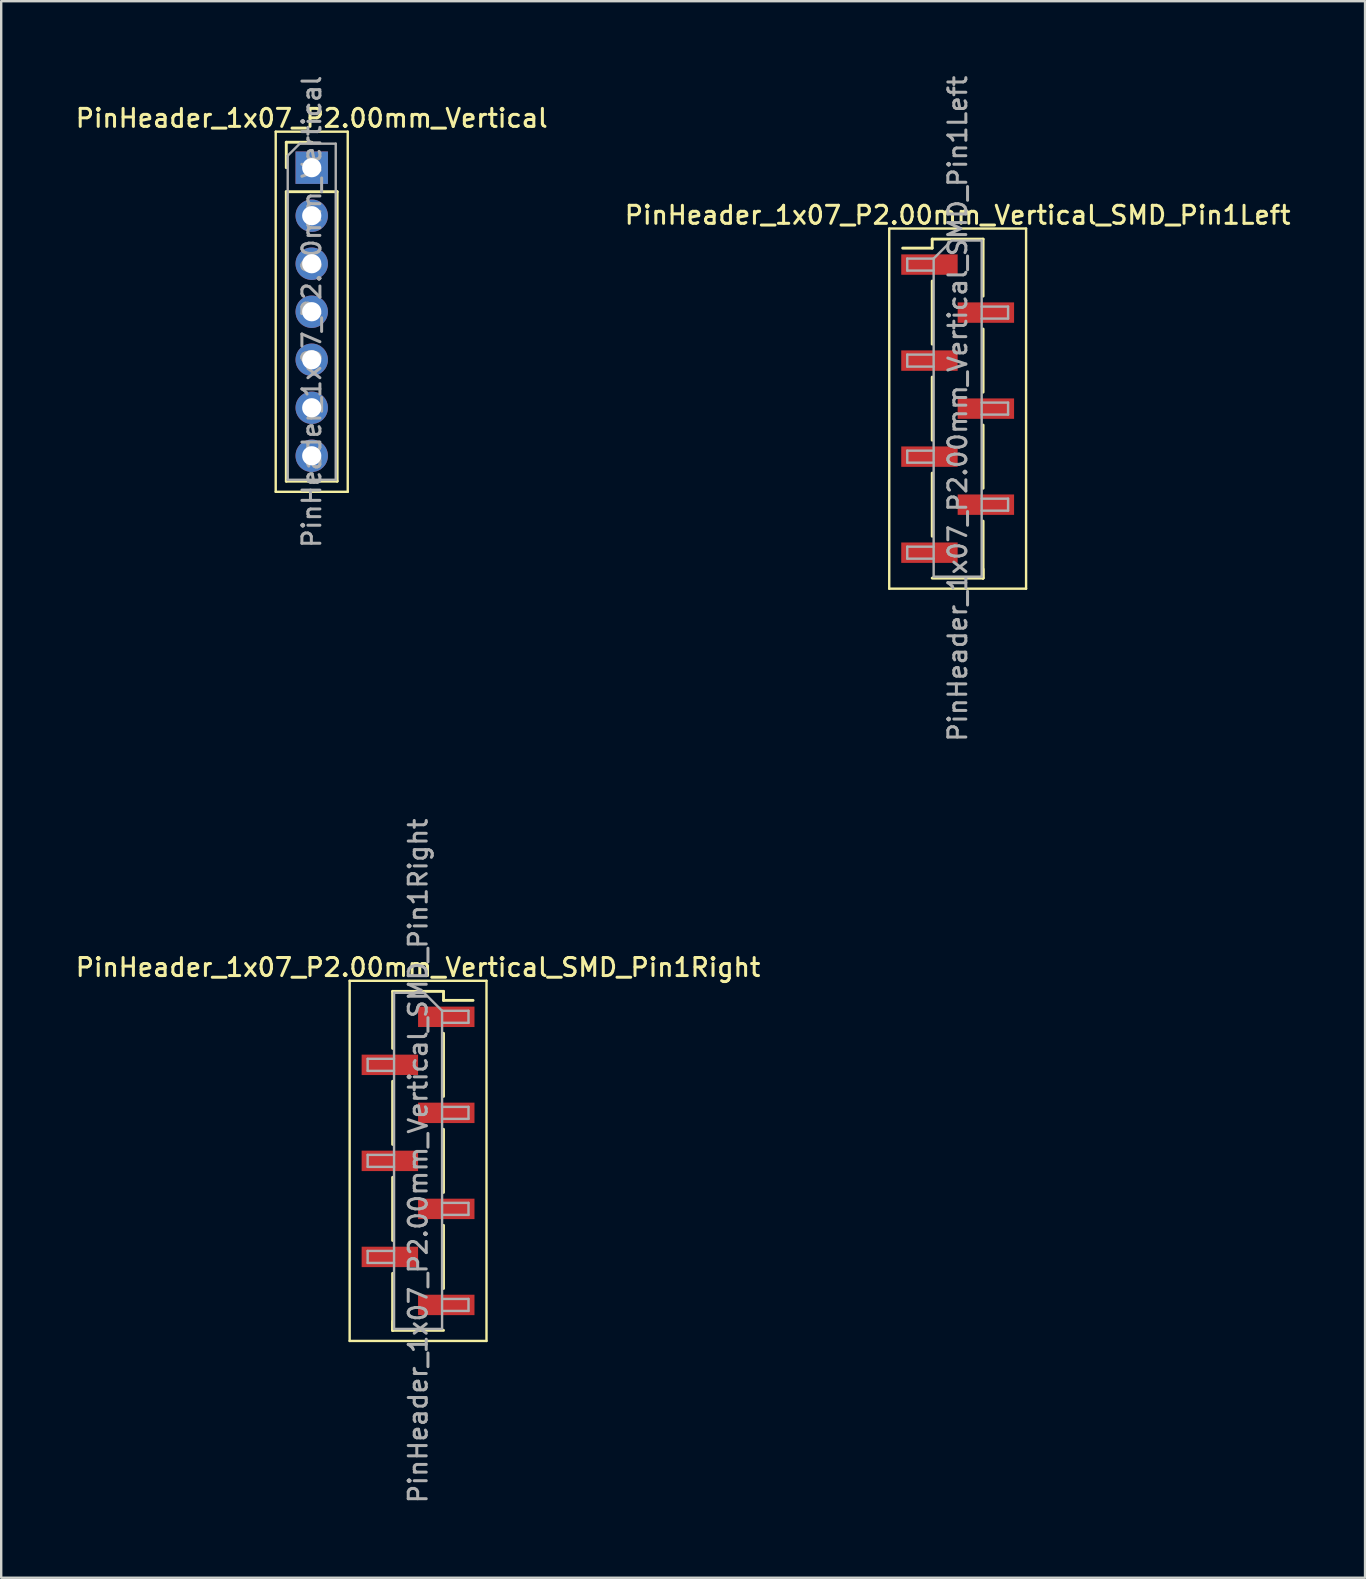
<source format=kicad_pcb>
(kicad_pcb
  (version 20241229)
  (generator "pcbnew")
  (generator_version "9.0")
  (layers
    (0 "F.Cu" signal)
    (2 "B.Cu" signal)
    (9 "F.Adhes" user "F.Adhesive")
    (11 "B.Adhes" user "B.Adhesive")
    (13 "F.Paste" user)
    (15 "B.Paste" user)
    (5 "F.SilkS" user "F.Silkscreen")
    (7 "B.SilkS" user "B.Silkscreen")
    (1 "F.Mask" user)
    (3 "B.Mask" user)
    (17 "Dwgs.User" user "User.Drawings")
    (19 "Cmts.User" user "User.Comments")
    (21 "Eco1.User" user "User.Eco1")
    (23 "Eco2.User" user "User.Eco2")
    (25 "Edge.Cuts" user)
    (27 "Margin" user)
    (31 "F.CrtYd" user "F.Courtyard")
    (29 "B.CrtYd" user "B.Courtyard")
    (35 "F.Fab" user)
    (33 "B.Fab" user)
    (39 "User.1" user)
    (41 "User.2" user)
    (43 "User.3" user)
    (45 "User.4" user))
  (footprint "PinHeader_1x07_P2.00mm_Vertical_SMD_Pin1Right"
    (layer "F.Cu")
    (at 14.363 45.302)
    (property "Reference" "PinHeader_1x07_P2.00mm_Vertical_SMD_Pin1Right" (at 0 -8.06 0) (layer "F.SilkS") (effects (font (size 0.75 0.75) (thickness 0.125))))
    (attr smd)
    (fp_line (start -2.85 -7.5) (end -2.85 7.5) (stroke (width 0.1) (type solid)) (layer "F.SilkS"))
    (fp_line (start -2.85 7.5) (end 2.85 7.5) (stroke (width 0.1) (type solid)) (layer "F.SilkS"))
    (fp_line (start -1.06 -7.06) (end -1.06 -4.685) (stroke (width 0.12) (type solid)) (layer "F.SilkS"))
    (fp_line (start -1.06 -7.06) (end 1.06 -7.06) (stroke (width 0.12) (type solid)) (layer "F.SilkS"))
    (fp_line (start -1.06 -3.315) (end -1.06 -0.685) (stroke (width 0.12) (type solid)) (layer "F.SilkS"))
    (fp_line (start -1.06 0.685) (end -1.06 3.315) (stroke (width 0.12) (type solid)) (layer "F.SilkS"))
    (fp_line (start -1.06 4.685) (end -1.06 7.06) (stroke (width 0.12) (type solid)) (layer "F.SilkS"))
    (fp_line (start -1.06 6.685) (end -1.06 7.06) (stroke (width 0.12) (type solid)) (layer "F.SilkS"))
    (fp_line (start -1.06 7.06) (end 1.06 7.06) (stroke (width 0.12) (type solid)) (layer "F.SilkS"))
    (fp_line (start 1.06 -7.06) (end 1.06 -6.685) (stroke (width 0.12) (type solid)) (layer "F.SilkS"))
    (fp_line (start 1.06 -6.685) (end 2.29 -6.685) (stroke (width 0.12) (type solid)) (layer "F.SilkS"))
    (fp_line (start 1.06 -5.315) (end 1.06 -2.685) (stroke (width 0.12) (type solid)) (layer "F.SilkS"))
    (fp_line (start 1.06 -1.315) (end 1.06 1.315) (stroke (width 0.12) (type solid)) (layer "F.SilkS"))
    (fp_line (start 1.06 2.685) (end 1.06 5.315) (stroke (width 0.12) (type solid)) (layer "F.SilkS"))
    (fp_line (start 2.85 -7.5) (end -2.85 -7.5) (stroke (width 0.1) (type solid)) (layer "F.SilkS"))
    (fp_line (start 2.85 7.5) (end 2.85 -7.5) (stroke (width 0.1) (type solid)) (layer "F.SilkS"))
    (fp_line (start -2.1 -4.25) (end -2.1 -3.75) (stroke (width 0.1) (type solid)) (layer "F.Fab"))
    (fp_line (start -2.1 -3.75) (end -1 -3.75) (stroke (width 0.1) (type solid)) (layer "F.Fab"))
    (fp_line (start -2.1 -0.25) (end -2.1 0.25) (stroke (width 0.1) (type solid)) (layer "F.Fab"))
    (fp_line (start -2.1 0.25) (end -1 0.25) (stroke (width 0.1) (type solid)) (layer "F.Fab"))
    (fp_line (start -2.1 3.75) (end -2.1 4.25) (stroke (width 0.1) (type solid)) (layer "F.Fab"))
    (fp_line (start -2.1 4.25) (end -1 4.25) (stroke (width 0.1) (type solid)) (layer "F.Fab"))
    (fp_line (start -1 -7) (end -1 7) (stroke (width 0.1) (type solid)) (layer "F.Fab"))
    (fp_line (start -1 -7) (end 0.25 -7) (stroke (width 0.1) (type solid)) (layer "F.Fab"))
    (fp_line (start -1 -4.25) (end -2.1 -4.25) (stroke (width 0.1) (type solid)) (layer "F.Fab"))
    (fp_line (start -1 -0.25) (end -2.1 -0.25) (stroke (width 0.1) (type solid)) (layer "F.Fab"))
    (fp_line (start -1 3.75) (end -2.1 3.75) (stroke (width 0.1) (type solid)) (layer "F.Fab"))
    (fp_line (start 1 -6.25) (end 0.25 -7) (stroke (width 0.1) (type solid)) (layer "F.Fab"))
    (fp_line (start 1 -6.25) (end 2.1 -6.25) (stroke (width 0.1) (type solid)) (layer "F.Fab"))
    (fp_line (start 1 -2.25) (end 2.1 -2.25) (stroke (width 0.1) (type solid)) (layer "F.Fab"))
    (fp_line (start 1 1.75) (end 2.1 1.75) (stroke (width 0.1) (type solid)) (layer "F.Fab"))
    (fp_line (start 1 5.75) (end 2.1 5.75) (stroke (width 0.1) (type solid)) (layer "F.Fab"))
    (fp_line (start 1 7) (end -1 7) (stroke (width 0.1) (type solid)) (layer "F.Fab"))
    (fp_line (start 1 7) (end 1 -6.25) (stroke (width 0.1) (type solid)) (layer "F.Fab"))
    (fp_line (start 2.1 -6.25) (end 2.1 -5.75) (stroke (width 0.1) (type solid)) (layer "F.Fab"))
    (fp_line (start 2.1 -5.75) (end 1 -5.75) (stroke (width 0.1) (type solid)) (layer "F.Fab"))
    (fp_line (start 2.1 -2.25) (end 2.1 -1.75) (stroke (width 0.1) (type solid)) (layer "F.Fab"))
    (fp_line (start 2.1 -1.75) (end 1 -1.75) (stroke (width 0.1) (type solid)) (layer "F.Fab"))
    (fp_line (start 2.1 1.75) (end 2.1 2.25) (stroke (width 0.1) (type solid)) (layer "F.Fab"))
    (fp_line (start 2.1 2.25) (end 1 2.25) (stroke (width 0.1) (type solid)) (layer "F.Fab"))
    (fp_line (start 2.1 5.75) (end 2.1 6.25) (stroke (width 0.1) (type solid)) (layer "F.Fab"))
    (fp_line (start 2.1 6.25) (end 1 6.25) (stroke (width 0.1) (type solid)) (layer "F.Fab"))
    (fp_text user "${REFERENCE}" (at 0 0 90) (layer "F.Fab") (effects (font (size 0.75 0.75) (thickness 0.125))))
    (pad "1" smd rect (at 1.175 -6) (size 2.35 0.85) (layers "F.Cu" "F.Mask" "F.Paste"))
    (pad "2" smd rect (at -1.175 -4) (size 2.35 0.85) (layers "F.Cu" "F.Mask" "F.Paste"))
    (pad "3" smd rect (at 1.175 -2) (size 2.35 0.85) (layers "F.Cu" "F.Mask" "F.Paste"))
    (pad "4" smd rect (at -1.175 0) (size 2.35 0.85) (layers "F.Cu" "F.Mask" "F.Paste"))
    (pad "5" smd rect (at 1.175 2) (size 2.35 0.85) (layers "F.Cu" "F.Mask" "F.Paste"))
    (pad "6" smd rect (at -1.175 4) (size 2.35 0.85) (layers "F.Cu" "F.Mask" "F.Paste"))
    (pad "7" smd rect (at 1.175 6) (size 2.35 0.85) (layers "F.Cu" "F.Mask" "F.Paste")))
  (footprint "PinHeader_1x07_P2.00mm_Vertical_SMD_Pin1Left"
    (layer "F.Cu")
    (at 36.838 13.97)
    (property "Reference" "PinHeader_1x07_P2.00mm_Vertical_SMD_Pin1Left" (at 0 -8.06 0) (layer "F.SilkS") (effects (font (size 0.75 0.75) (thickness 0.125))))
    (attr smd)
    (fp_line (start -2.85 -7.5) (end -2.85 7.5) (stroke (width 0.1) (type solid)) (layer "F.SilkS"))
    (fp_line (start -2.85 7.5) (end 2.85 7.5) (stroke (width 0.1) (type solid)) (layer "F.SilkS"))
    (fp_line (start -1.06 -7.06) (end -1.06 -6.685) (stroke (width 0.12) (type solid)) (layer "F.SilkS"))
    (fp_line (start -1.06 -7.06) (end 1.06 -7.06) (stroke (width 0.12) (type solid)) (layer "F.SilkS"))
    (fp_line (start -1.06 -6.685) (end -2.29 -6.685) (stroke (width 0.12) (type solid)) (layer "F.SilkS"))
    (fp_line (start -1.06 -5.315) (end -1.06 -2.685) (stroke (width 0.12) (type solid)) (layer "F.SilkS"))
    (fp_line (start -1.06 -1.315) (end -1.06 1.315) (stroke (width 0.12) (type solid)) (layer "F.SilkS"))
    (fp_line (start -1.06 2.685) (end -1.06 5.315) (stroke (width 0.12) (type solid)) (layer "F.SilkS"))
    (fp_line (start -1.06 7.06) (end 1.06 7.06) (stroke (width 0.12) (type solid)) (layer "F.SilkS"))
    (fp_line (start 1.06 -7.06) (end 1.06 -4.685) (stroke (width 0.12) (type solid)) (layer "F.SilkS"))
    (fp_line (start 1.06 -3.315) (end 1.06 -0.685) (stroke (width 0.12) (type solid)) (layer "F.SilkS"))
    (fp_line (start 1.06 0.685) (end 1.06 3.315) (stroke (width 0.12) (type solid)) (layer "F.SilkS"))
    (fp_line (start 1.06 4.685) (end 1.06 7.06) (stroke (width 0.12) (type solid)) (layer "F.SilkS"))
    (fp_line (start 1.06 6.685) (end 1.06 7.06) (stroke (width 0.12) (type solid)) (layer "F.SilkS"))
    (fp_line (start 2.85 -7.5) (end -2.85 -7.5) (stroke (width 0.1) (type solid)) (layer "F.SilkS"))
    (fp_line (start 2.85 7.5) (end 2.85 -7.5) (stroke (width 0.1) (type solid)) (layer "F.SilkS"))
    (fp_line (start -2.1 -6.25) (end -2.1 -5.75) (stroke (width 0.1) (type solid)) (layer "F.Fab"))
    (fp_line (start -2.1 -5.75) (end -1 -5.75) (stroke (width 0.1) (type solid)) (layer "F.Fab"))
    (fp_line (start -2.1 -2.25) (end -2.1 -1.75) (stroke (width 0.1) (type solid)) (layer "F.Fab"))
    (fp_line (start -2.1 -1.75) (end -1 -1.75) (stroke (width 0.1) (type solid)) (layer "F.Fab"))
    (fp_line (start -2.1 1.75) (end -2.1 2.25) (stroke (width 0.1) (type solid)) (layer "F.Fab"))
    (fp_line (start -2.1 2.25) (end -1 2.25) (stroke (width 0.1) (type solid)) (layer "F.Fab"))
    (fp_line (start -2.1 5.75) (end -2.1 6.25) (stroke (width 0.1) (type solid)) (layer "F.Fab"))
    (fp_line (start -2.1 6.25) (end -1 6.25) (stroke (width 0.1) (type solid)) (layer "F.Fab"))
    (fp_line (start -1 -6.25) (end -2.1 -6.25) (stroke (width 0.1) (type solid)) (layer "F.Fab"))
    (fp_line (start -1 -6.25) (end -0.25 -7) (stroke (width 0.1) (type solid)) (layer "F.Fab"))
    (fp_line (start -1 -2.25) (end -2.1 -2.25) (stroke (width 0.1) (type solid)) (layer "F.Fab"))
    (fp_line (start -1 1.75) (end -2.1 1.75) (stroke (width 0.1) (type solid)) (layer "F.Fab"))
    (fp_line (start -1 5.75) (end -2.1 5.75) (stroke (width 0.1) (type solid)) (layer "F.Fab"))
    (fp_line (start -1 7) (end -1 -6.25) (stroke (width 0.1) (type solid)) (layer "F.Fab"))
    (fp_line (start -0.25 -7) (end 1 -7) (stroke (width 0.1) (type solid)) (layer "F.Fab"))
    (fp_line (start 1 -7) (end 1 7) (stroke (width 0.1) (type solid)) (layer "F.Fab"))
    (fp_line (start 1 -4.25) (end 2.1 -4.25) (stroke (width 0.1) (type solid)) (layer "F.Fab"))
    (fp_line (start 1 -0.25) (end 2.1 -0.25) (stroke (width 0.1) (type solid)) (layer "F.Fab"))
    (fp_line (start 1 3.75) (end 2.1 3.75) (stroke (width 0.1) (type solid)) (layer "F.Fab"))
    (fp_line (start 1 7) (end -1 7) (stroke (width 0.1) (type solid)) (layer "F.Fab"))
    (fp_line (start 2.1 -4.25) (end 2.1 -3.75) (stroke (width 0.1) (type solid)) (layer "F.Fab"))
    (fp_line (start 2.1 -3.75) (end 1 -3.75) (stroke (width 0.1) (type solid)) (layer "F.Fab"))
    (fp_line (start 2.1 -0.25) (end 2.1 0.25) (stroke (width 0.1) (type solid)) (layer "F.Fab"))
    (fp_line (start 2.1 0.25) (end 1 0.25) (stroke (width 0.1) (type solid)) (layer "F.Fab"))
    (fp_line (start 2.1 3.75) (end 2.1 4.25) (stroke (width 0.1) (type solid)) (layer "F.Fab"))
    (fp_line (start 2.1 4.25) (end 1 4.25) (stroke (width 0.1) (type solid)) (layer "F.Fab"))
    (fp_text user "${REFERENCE}" (at 0 0 90) (layer "F.Fab") (effects (font (size 0.75 0.75) (thickness 0.125))))
    (pad "1" smd rect (at -1.175 -6) (size 2.35 0.85) (layers "F.Cu" "F.Mask" "F.Paste"))
    (pad "2" smd rect (at 1.175 -4) (size 2.35 0.85) (layers "F.Cu" "F.Mask" "F.Paste"))
    (pad "3" smd rect (at -1.175 -2) (size 2.35 0.85) (layers "F.Cu" "F.Mask" "F.Paste"))
    (pad "4" smd rect (at 1.175 0) (size 2.35 0.85) (layers "F.Cu" "F.Mask" "F.Paste"))
    (pad "5" smd rect (at -1.175 2) (size 2.35 0.85) (layers "F.Cu" "F.Mask" "F.Paste"))
    (pad "6" smd rect (at 1.175 4) (size 2.35 0.85) (layers "F.Cu" "F.Mask" "F.Paste"))
    (pad "7" smd rect (at -1.175 6) (size 2.35 0.85) (layers "F.Cu" "F.Mask" "F.Paste")))
  (footprint "PinHeader_1x07_P2.00mm_Vertical"
    (layer "F.Cu")
    (at 9.934 3.934)
    (property "Reference" "PinHeader_1x07_P2.00mm_Vertical" (at 0 -2.06 0) (layer "F.SilkS") (effects (font (size 0.75 0.75) (thickness 0.125))))
    (attr through_hole)
    (fp_line (start -1.5 -1.5) (end -1.5 13.5) (stroke (width 0.1) (type solid)) (layer "F.SilkS"))
    (fp_line (start -1.5 13.5) (end 1.5 13.5) (stroke (width 0.1) (type solid)) (layer "F.SilkS"))
    (fp_line (start -1.06 -1.06) (end 0 -1.06) (stroke (width 0.12) (type solid)) (layer "F.SilkS"))
    (fp_line (start -1.06 0) (end -1.06 -1.06) (stroke (width 0.12) (type solid)) (layer "F.SilkS"))
    (fp_line (start -1.06 1) (end -1.06 13.06) (stroke (width 0.12) (type solid)) (layer "F.SilkS"))
    (fp_line (start -1.06 1) (end 1.06 1) (stroke (width 0.12) (type solid)) (layer "F.SilkS"))
    (fp_line (start -1.06 13.06) (end 1.06 13.06) (stroke (width 0.12) (type solid)) (layer "F.SilkS"))
    (fp_line (start 1.06 1) (end 1.06 13.06) (stroke (width 0.12) (type solid)) (layer "F.SilkS"))
    (fp_line (start 1.5 -1.5) (end -1.5 -1.5) (stroke (width 0.1) (type solid)) (layer "F.SilkS"))
    (fp_line (start 1.5 13.5) (end 1.5 -1.5) (stroke (width 0.1) (type solid)) (layer "F.SilkS"))
    (fp_line (start -1 -0.5) (end -0.5 -1) (stroke (width 0.1) (type solid)) (layer "F.Fab"))
    (fp_line (start -1 13) (end -1 -0.5) (stroke (width 0.1) (type solid)) (layer "F.Fab"))
    (fp_line (start -0.5 -1) (end 1 -1) (stroke (width 0.1) (type solid)) (layer "F.Fab"))
    (fp_line (start 1 -1) (end 1 13) (stroke (width 0.1) (type solid)) (layer "F.Fab"))
    (fp_line (start 1 13) (end -1 13) (stroke (width 0.1) (type solid)) (layer "F.Fab"))
    (fp_text user "${REFERENCE}" (at 0 6 90) (layer "F.Fab") (effects (font (size 0.75 0.75) (thickness 0.125))))
    (pad "1" thru_hole rect (at 0 0) (size 1.35 1.35) (drill 0.8) (layers "*.Cu" "*.Mask"))
    (pad "2" thru_hole oval (at 0 2) (size 1.35 1.35) (drill 0.8) (layers "*.Cu" "*.Mask"))
    (pad "3" thru_hole oval (at 0 4) (size 1.35 1.35) (drill 0.8) (layers "*.Cu" "*.Mask"))
    (pad "4" thru_hole oval (at 0 6) (size 1.35 1.35) (drill 0.8) (layers "*.Cu" "*.Mask"))
    (pad "5" thru_hole oval (at 0 8) (size 1.35 1.35) (drill 0.8) (layers "*.Cu" "*.Mask"))
    (pad "6" thru_hole oval (at 0 10) (size 1.35 1.35) (drill 0.8) (layers "*.Cu" "*.Mask"))
    (pad "7" thru_hole oval (at 0 12) (size 1.35 1.35) (drill 0.8) (layers "*.Cu" "*.Mask")))
  (gr_rect
    (start -3 -3)
    (end 53.807 62.664)
    (stroke (width 0.1) (type default))
    (fill no)
    (layer "Edge.Cuts")))
</source>
